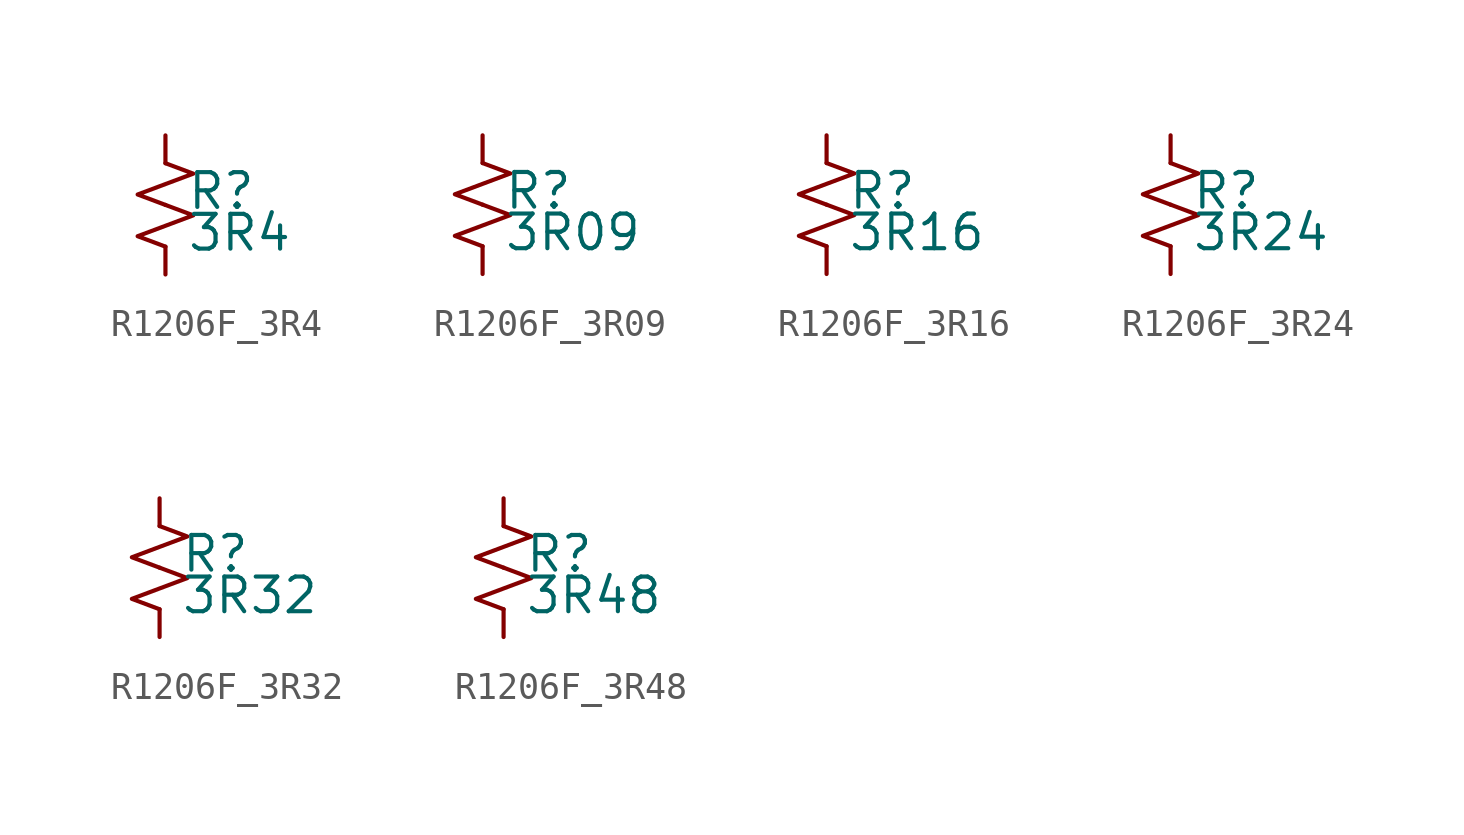
<source format=kicad_sym>
(kicad_symbol_lib
  (version 20220914)
  (generator kicad_symbol_editor)
  (symbol "R1206F_3R4"
    (pin_numbers hide)
    (pin_names
      (offset 0.254) hide)
    (property "Reference" "R"
      (at 0.762 0.508 0)
      (effects (font (size 1.27 1.27)) (justify left)))
    (property "Value" "3R4"
      (at 0.762 -1.016 0)
      (effects (font (size 1.27 1.27)) (justify left)))
    (symbol "R1206F_3R4_1_1"
      (polyline (pts (xy 0 0) (xy 1.016 -0.381) (xy 0 -0.762) (xy -1.016 -1.143) (xy 0 -1.524)) (stroke (width 0) (type default)) (fill (type none)))
      (polyline (pts (xy 0 1.524) (xy 1.016 1.143) (xy 0 0.762) (xy -1.016 0.381) (xy 0 0)) (stroke (width 0) (type default)) (fill (type none)))
      (pin passive line (at 0 2.54 270) (length 1.016) (name "~" (effects (font (size 1.27 1.27)))) (number "1" (effects (font (size 1.27 1.27)))))
      (pin passive line (at 0 -2.54 90) (length 1.016) (name "~" (effects (font (size 1.27 1.27)))) (number "2" (effects (font (size 1.27 1.27)))))))
  (symbol "R1206F_3R09"
    (pin_numbers hide)
    (pin_names
      (offset 0.254) hide)
    (property "Reference" "R"
      (at 0.762 0.508 0)
      (effects (font (size 1.27 1.27)) (justify left)))
    (property "Value" "3R09"
      (at 0.762 -1.016 0)
      (effects (font (size 1.27 1.27)) (justify left)))
    (symbol "R1206F_3R09_1_1"
      (polyline (pts (xy 0 0) (xy 1.016 -0.381) (xy 0 -0.762) (xy -1.016 -1.143) (xy 0 -1.524)) (stroke (width 0) (type default)) (fill (type none)))
      (polyline (pts (xy 0 1.524) (xy 1.016 1.143) (xy 0 0.762) (xy -1.016 0.381) (xy 0 0)) (stroke (width 0) (type default)) (fill (type none)))
      (pin passive line (at 0 2.54 270) (length 1.016) (name "~" (effects (font (size 1.27 1.27)))) (number "1" (effects (font (size 1.27 1.27)))))
      (pin passive line (at 0 -2.54 90) (length 1.016) (name "~" (effects (font (size 1.27 1.27)))) (number "2" (effects (font (size 1.27 1.27)))))))
  (symbol "R1206F_3R16"
    (pin_numbers hide)
    (pin_names
      (offset 0.254) hide)
    (property "Reference" "R"
      (at 0.762 0.508 0)
      (effects (font (size 1.27 1.27)) (justify left)))
    (property "Value" "3R16"
      (at 0.762 -1.016 0)
      (effects (font (size 1.27 1.27)) (justify left)))
    (symbol "R1206F_3R16_1_1"
      (polyline (pts (xy 0 0) (xy 1.016 -0.381) (xy 0 -0.762) (xy -1.016 -1.143) (xy 0 -1.524)) (stroke (width 0) (type default)) (fill (type none)))
      (polyline (pts (xy 0 1.524) (xy 1.016 1.143) (xy 0 0.762) (xy -1.016 0.381) (xy 0 0)) (stroke (width 0) (type default)) (fill (type none)))
      (pin passive line (at 0 2.54 270) (length 1.016) (name "~" (effects (font (size 1.27 1.27)))) (number "1" (effects (font (size 1.27 1.27)))))
      (pin passive line (at 0 -2.54 90) (length 1.016) (name "~" (effects (font (size 1.27 1.27)))) (number "2" (effects (font (size 1.27 1.27)))))))
  (symbol "R1206F_3R24"
    (pin_numbers hide)
    (pin_names
      (offset 0.254) hide)
    (property "Reference" "R"
      (at 0.762 0.508 0)
      (effects (font (size 1.27 1.27)) (justify left)))
    (property "Value" "3R24"
      (at 0.762 -1.016 0)
      (effects (font (size 1.27 1.27)) (justify left)))
    (symbol "R1206F_3R24_1_1"
      (polyline (pts (xy 0 0) (xy 1.016 -0.381) (xy 0 -0.762) (xy -1.016 -1.143) (xy 0 -1.524)) (stroke (width 0) (type default)) (fill (type none)))
      (polyline (pts (xy 0 1.524) (xy 1.016 1.143) (xy 0 0.762) (xy -1.016 0.381) (xy 0 0)) (stroke (width 0) (type default)) (fill (type none)))
      (pin passive line (at 0 2.54 270) (length 1.016) (name "~" (effects (font (size 1.27 1.27)))) (number "1" (effects (font (size 1.27 1.27)))))
      (pin passive line (at 0 -2.54 90) (length 1.016) (name "~" (effects (font (size 1.27 1.27)))) (number "2" (effects (font (size 1.27 1.27)))))))
  (symbol "R1206F_3R32"
    (pin_numbers hide)
    (pin_names
      (offset 0.254) hide)
    (property "Reference" "R"
      (at 0.762 0.508 0)
      (effects (font (size 1.27 1.27)) (justify left)))
    (property "Value" "3R32"
      (at 0.762 -1.016 0)
      (effects (font (size 1.27 1.27)) (justify left)))
    (symbol "R1206F_3R32_1_1"
      (polyline (pts (xy 0 0) (xy 1.016 -0.381) (xy 0 -0.762) (xy -1.016 -1.143) (xy 0 -1.524)) (stroke (width 0) (type default)) (fill (type none)))
      (polyline (pts (xy 0 1.524) (xy 1.016 1.143) (xy 0 0.762) (xy -1.016 0.381) (xy 0 0)) (stroke (width 0) (type default)) (fill (type none)))
      (pin passive line (at 0 2.54 270) (length 1.016) (name "~" (effects (font (size 1.27 1.27)))) (number "1" (effects (font (size 1.27 1.27)))))
      (pin passive line (at 0 -2.54 90) (length 1.016) (name "~" (effects (font (size 1.27 1.27)))) (number "2" (effects (font (size 1.27 1.27)))))))
  (symbol "R1206F_3R48"
    (pin_numbers hide)
    (pin_names
      (offset 0.254) hide)
    (property "Reference" "R"
      (at 0.762 0.508 0)
      (effects (font (size 1.27 1.27)) (justify left)))
    (property "Value" "3R48"
      (at 0.762 -1.016 0)
      (effects (font (size 1.27 1.27)) (justify left)))
    (symbol "R1206F_3R48_1_1"
      (polyline (pts (xy 0 0) (xy 1.016 -0.381) (xy 0 -0.762) (xy -1.016 -1.143) (xy 0 -1.524)) (stroke (width 0) (type default)) (fill (type none)))
      (polyline (pts (xy 0 1.524) (xy 1.016 1.143) (xy 0 0.762) (xy -1.016 0.381) (xy 0 0)) (stroke (width 0) (type default)) (fill (type none)))
      (pin passive line (at 0 2.54 270) (length 1.016) (name "~" (effects (font (size 1.27 1.27)))) (number "1" (effects (font (size 1.27 1.27)))))
      (pin passive line (at 0 -2.54 90) (length 1.016) (name "~" (effects (font (size 1.27 1.27)))) (number "2" (effects (font (size 1.27 1.27))))))))
</source>
